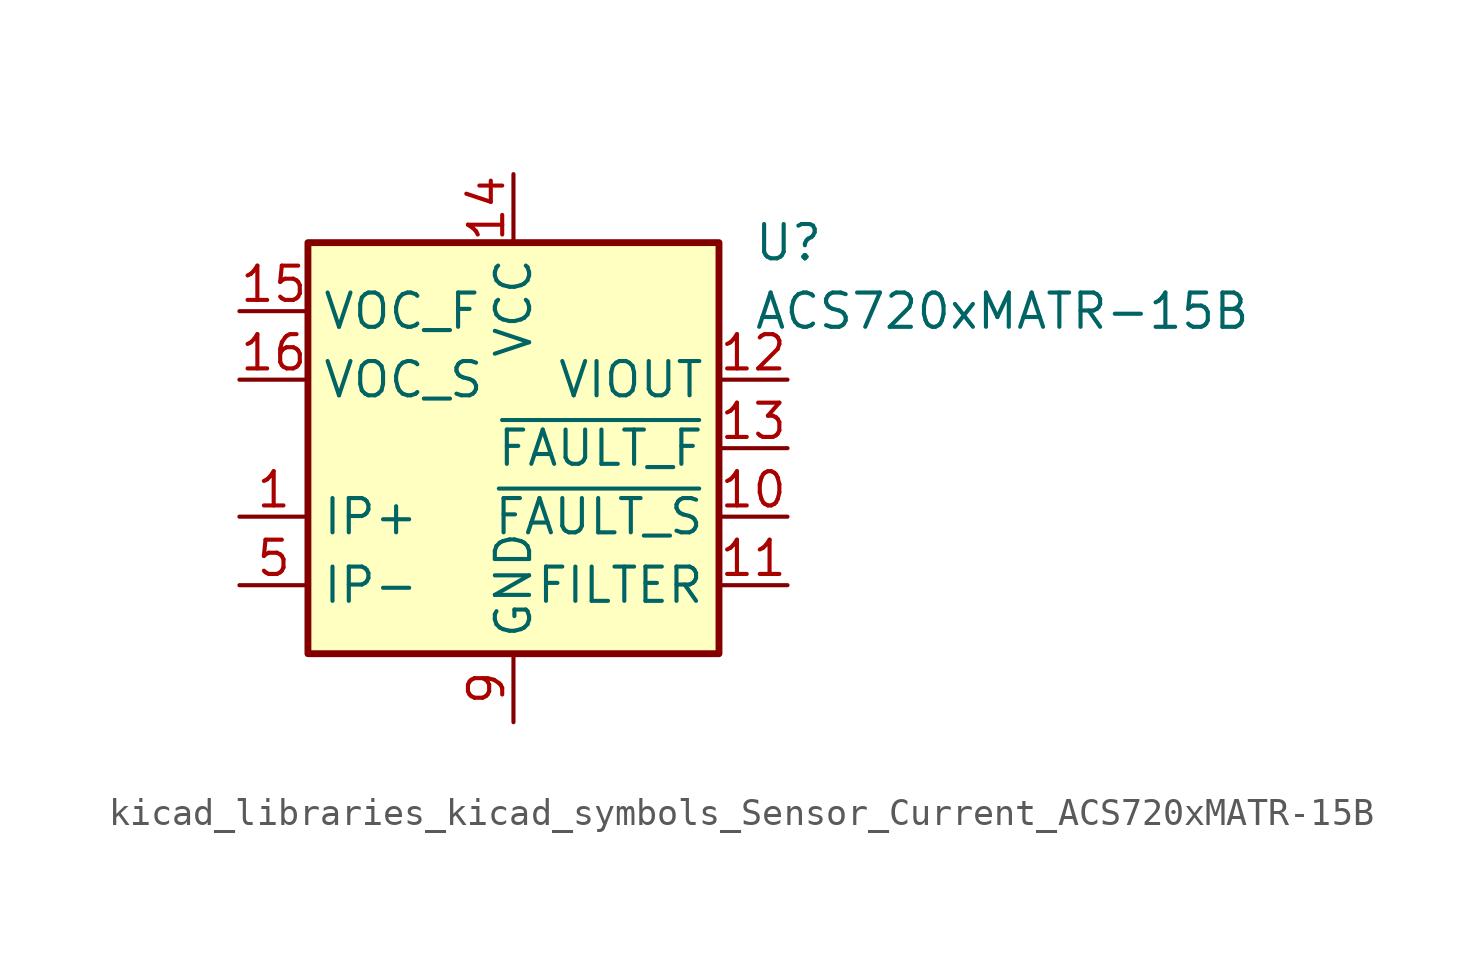
<source format=kicad_sym>
(kicad_symbol_lib
  (version 20220914)
  (generator kicad_symbol_editor)
  (symbol "kicad_libraries_kicad_symbols_Sensor_Current_ACS720xMATR-15B"
    (property "Reference" "U"
      (at 8.89 7.62 0)
      (effects (font (size 1.27 1.27)) (justify left)))
    (property "Value" "ACS720xMATR-15B"
      (at 8.89 5.08 0)
      (effects (font (size 1.27 1.27)) (justify left)))
    (symbol "kicad_libraries_kicad_symbols_Sensor_Current_ACS720xMATR-15B_0_1"
      (rectangle (start -7.62 7.62) (end 7.62 -7.62) (stroke (width 0.254) (type default)) (fill (type background))))
    (symbol "kicad_libraries_kicad_symbols_Sensor_Current_ACS720xMATR-15B_1_1"
      (pin passive line (at -10.16 -2.54 0) (length 2.54) (name "IP+" (effects (font (size 1.27 1.27)))) (number "1" (effects (font (size 1.27 1.27)))))
      (pin open_collector line (at 10.16 -2.54 180) (length 2.54) (name "~{FAULT_S}" (effects (font (size 1.27 1.27)))) (number "10" (effects (font (size 1.27 1.27)))))
      (pin passive line (at 10.16 -5.08 180) (length 2.54) (name "FILTER" (effects (font (size 1.27 1.27)))) (number "11" (effects (font (size 1.27 1.27)))))
      (pin output line (at 10.16 2.54 180) (length 2.54) (name "VIOUT" (effects (font (size 1.27 1.27)))) (number "12" (effects (font (size 1.27 1.27)))))
      (pin open_collector line (at 10.16 0 180) (length 2.54) (name "~{FAULT_F}" (effects (font (size 1.27 1.27)))) (number "13" (effects (font (size 1.27 1.27)))))
      (pin power_in line (at 0 10.16 270) (length 2.54) (name "VCC" (effects (font (size 1.27 1.27)))) (number "14" (effects (font (size 1.27 1.27)))))
      (pin input line (at -10.16 5.08 0) (length 2.54) (name "VOC_F" (effects (font (size 1.27 1.27)))) (number "15" (effects (font (size 1.27 1.27)))))
      (pin input line (at -10.16 2.54 0) (length 2.54) (name "VOC_S" (effects (font (size 1.27 1.27)))) (number "16" (effects (font (size 1.27 1.27)))))
      (pin passive line (at -10.16 -2.54 0) (length 2.54) hide (name "IP+" (effects (font (size 1.27 1.27)))) (number "2" (effects (font (size 1.27 1.27)))))
      (pin passive line (at -10.16 -2.54 0) (length 2.54) hide (name "IP+" (effects (font (size 1.27 1.27)))) (number "3" (effects (font (size 1.27 1.27)))))
      (pin passive line (at -10.16 -2.54 0) (length 2.54) hide (name "IP+" (effects (font (size 1.27 1.27)))) (number "4" (effects (font (size 1.27 1.27)))))
      (pin passive line (at -10.16 -5.08 0) (length 2.54) (name "IP-" (effects (font (size 1.27 1.27)))) (number "5" (effects (font (size 1.27 1.27)))))
      (pin passive line (at -10.16 -5.08 0) (length 2.54) hide (name "IP-" (effects (font (size 1.27 1.27)))) (number "6" (effects (font (size 1.27 1.27)))))
      (pin passive line (at -10.16 -5.08 0) (length 2.54) hide (name "IP-" (effects (font (size 1.27 1.27)))) (number "7" (effects (font (size 1.27 1.27)))))
      (pin passive line (at -10.16 -5.08 0) (length 2.54) hide (name "IP-" (effects (font (size 1.27 1.27)))) (number "8" (effects (font (size 1.27 1.27)))))
      (pin power_in line (at 0 -10.16 90) (length 2.54) (name "GND" (effects (font (size 1.27 1.27)))) (number "9" (effects (font (size 1.27 1.27))))))))
</source>
